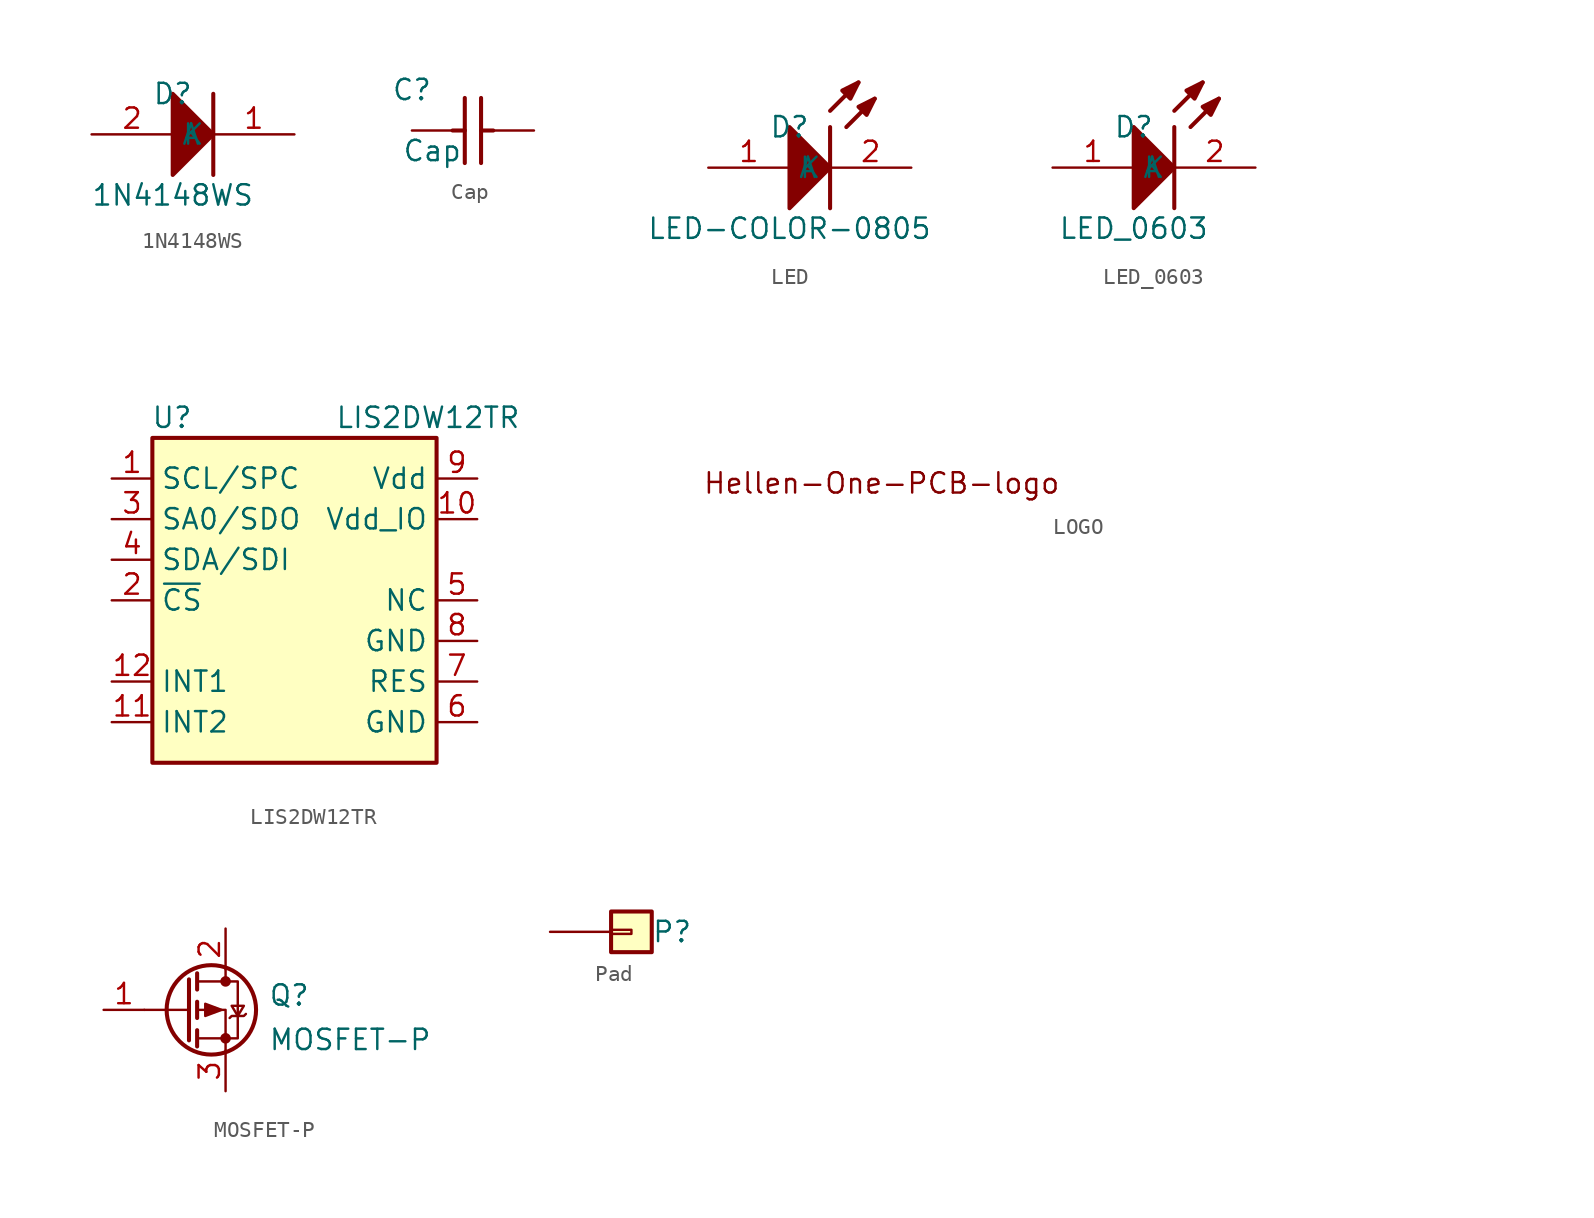
<source format=kicad_sym>
(kicad_symbol_lib
  (version 20231120)
  (generator "kicad_symbol_editor")
  (generator_version "8.0")
  (symbol "1N4148WS"
    (property "Reference" "D"
      (at 0 2.54 0)
      (effects (font (size 1.27 1.27))))
    (property "Value" "1N4148WS"
      (at 0 -3.81 0)
      (effects (font (size 1.27 1.27))))
    (symbol "1N4148WS_1_0"
      (polyline (pts (xy 2.54 2.54) (xy 2.54 -2.54)) (stroke (width 0.254) (type default)) (fill (type none)))
      (polyline (pts (xy 0 -2.54) (xy 2.54 0) (xy 0 2.54) (xy 0 -2.54)) (stroke (width 0.254) (type default)) (fill (type outline)))
      (pin passive line (at 7.62 0 180) (length 5.08) (name "K" (effects (font (size 1.27 1.27)))) (number "1" (effects (font (size 1.27 1.27)))))
      (pin passive line (at -5.08 0 0) (length 5.08) (name "A" (effects (font (size 1.27 1.27)))) (number "2" (effects (font (size 1.27 1.27)))))))
  (symbol "Cap"
    (pin_numbers hide)
    (property "Reference" "C"
      (at -3.81 2.54 0)
      (effects (font (size 1.27 1.27))))
    (property "Value" "Cap"
      (at -2.54 -1.27 0)
      (effects (font (size 1.27 1.27))))
    (symbol "Cap_1_0"
      (polyline (pts (xy -1.27 0) (xy -0.508 0)) (stroke (width 0.254) (type default)) (fill (type none)))
      (polyline (pts (xy -0.508 -2.032) (xy -0.508 2.032)) (stroke (width 0.254) (type default)) (fill (type none)))
      (polyline (pts (xy 0.508 2.032) (xy 0.508 -2.032)) (stroke (width 0.254) (type default)) (fill (type none)))
      (polyline (pts (xy 1.27 0) (xy 0.508 0)) (stroke (width 0.254) (type default)) (fill (type none)))
      (pin passive line (at -3.81 0 0) (length 2.54) (name "" (effects (font (size 1.27 1.27)))) (number "1" (effects (font (size 1.27 1.27)))))
      (pin passive line (at 3.81 0 180) (length 2.54) (name "" (effects (font (size 1.27 1.27)))) (number "2" (effects (font (size 1.27 1.27)))))))
  (symbol "LED"
    (property "Reference" "D"
      (at 0 2.54 0)
      (effects (font (size 1.27 1.27))))
    (property "Value" "LED-COLOR-0805"
      (at 0 -3.81 0)
      (effects (font (size 1.27 1.27))))
    (symbol "LED_1_0"
      (polyline (pts (xy 2.54 2.54) (xy 2.54 -2.54)) (stroke (width 0.254) (type default)) (fill (type none)))
      (polyline (pts (xy 2.54 3.556) (xy 4.318 5.334)) (stroke (width 0.254) (type default)) (fill (type none)))
      (polyline (pts (xy 3.556 2.54) (xy 5.334 4.318)) (stroke (width 0.254) (type default)) (fill (type none)))
      (polyline (pts (xy 0 -2.54) (xy 2.54 0) (xy 0 2.54) (xy 0 -2.54)) (stroke (width 0.254) (type default)) (fill (type outline)))
      (polyline (pts (xy 4.318 5.334) (xy 3.302 4.826) (xy 3.81 4.318) (xy 4.318 5.334)) (stroke (width 0.254) (type default)) (fill (type outline)))
      (polyline (pts (xy 5.334 4.318) (xy 4.318 3.81) (xy 4.826 3.302) (xy 5.334 4.318)) (stroke (width 0.254) (type default)) (fill (type outline)))
      (pin passive line (at -5.08 0 0) (length 5.08) (name "A" (effects (font (size 1.27 1.27)))) (number "1" (effects (font (size 1.27 1.27)))))
      (pin passive line (at 7.62 0 180) (length 5.08) (name "K" (effects (font (size 1.27 1.27)))) (number "2" (effects (font (size 1.27 1.27)))))))
  (symbol "LED_0603"
    (property "Reference" "D"
      (at 0 2.54 0)
      (effects (font (size 1.27 1.27))))
    (property "Value" "LED_0603"
      (at 0 -3.81 0)
      (effects (font (size 1.27 1.27))))
    (symbol "LED_0603_1_0"
      (polyline (pts (xy 2.54 2.54) (xy 2.54 -2.54)) (stroke (width 0.254) (type default)) (fill (type none)))
      (polyline (pts (xy 2.54 3.556) (xy 4.318 5.334)) (stroke (width 0.254) (type default)) (fill (type none)))
      (polyline (pts (xy 3.556 2.54) (xy 5.334 4.318)) (stroke (width 0.254) (type default)) (fill (type none)))
      (polyline (pts (xy 0 -2.54) (xy 2.54 0) (xy 0 2.54) (xy 0 -2.54)) (stroke (width 0.254) (type default)) (fill (type outline)))
      (polyline (pts (xy 4.318 5.334) (xy 3.302 4.826) (xy 3.81 4.318) (xy 4.318 5.334)) (stroke (width 0.254) (type default)) (fill (type outline)))
      (polyline (pts (xy 5.334 4.318) (xy 4.318 3.81) (xy 4.826 3.302) (xy 5.334 4.318)) (stroke (width 0.254) (type default)) (fill (type outline)))
      (pin passive line (at -5.08 0 0) (length 5.08) (name "A" (effects (font (size 1.27 1.27)))) (number "1" (effects (font (size 1.27 1.27)))))
      (pin passive line (at 7.62 0 180) (length 5.08) (name "K" (effects (font (size 1.27 1.27)))) (number "2" (effects (font (size 1.27 1.27)))))))
  (symbol "LIS2DW12TR"
    (property "Reference" "U"
      (at -5.08 11.43 0)
      (effects (font (size 1.27 1.27)) (justify right)))
    (property "Value" "LIS2DW12TR"
      (at 3.81 11.43 0)
      (effects (font (size 1.27 1.27)) (justify left)))
    (symbol "LIS2DW12TR_0_1"
      (rectangle (start -7.62 10.16) (end 10.16 -10.16) (stroke (width 0.254) (type default)) (fill (type background))))
    (symbol "LIS2DW12TR_1_1"
      (pin input line (at -10.16 7.62 0) (length 2.54) (name "SCL/SPC" (effects (font (size 1.27 1.27)))) (number "1" (effects (font (size 1.27 1.27)))))
      (pin power_in line (at 12.7 5.08 180) (length 2.54) (name "Vdd_IO" (effects (font (size 1.27 1.27)))) (number "10" (effects (font (size 1.27 1.27)))))
      (pin output line (at -10.16 -7.62 0) (length 2.54) (name "INT2" (effects (font (size 1.27 1.27)))) (number "11" (effects (font (size 1.27 1.27)))))
      (pin output line (at -10.16 -5.08 0) (length 2.54) (name "INT1" (effects (font (size 1.27 1.27)))) (number "12" (effects (font (size 1.27 1.27)))))
      (pin input line (at -10.16 0 0) (length 2.54) (name "~{CS}" (effects (font (size 1.27 1.27)))) (number "2" (effects (font (size 1.27 1.27)))))
      (pin bidirectional line (at -10.16 5.08 0) (length 2.54) (name "SA0/SDO" (effects (font (size 1.27 1.27)))) (number "3" (effects (font (size 1.27 1.27)))))
      (pin bidirectional line (at -10.16 2.54 0) (length 2.54) (name "SDA/SDI" (effects (font (size 1.27 1.27)))) (number "4" (effects (font (size 1.27 1.27)))))
      (pin passive line (at 12.7 0 180) (length 2.54) (name "NC" (effects (font (size 1.27 1.27)))) (number "5" (effects (font (size 1.27 1.27)))))
      (pin power_in line (at 12.7 -7.62 180) (length 2.54) (name "GND" (effects (font (size 1.27 1.27)))) (number "6" (effects (font (size 1.27 1.27)))))
      (pin power_in line (at 12.7 -5.08 180) (length 2.54) (name "RES" (effects (font (size 1.27 1.27)))) (number "7" (effects (font (size 1.27 1.27)))))
      (pin power_in line (at 12.7 -2.54 180) (length 2.54) (name "GND" (effects (font (size 1.27 1.27)))) (number "8" (effects (font (size 1.27 1.27)))))
      (pin power_in line (at 12.7 7.62 180) (length 2.54) (name "Vdd" (effects (font (size 1.27 1.27)))) (number "9" (effects (font (size 1.27 1.27)))))))
  (symbol "LOGO"
    (pin_names
      (offset 1.016))
    (property "Reference" "G"
      (at 0 -2.616 0)
      (effects (font (size 1.524 1.524)) (hide yes)))
    (symbol "LOGO_0_0"
      (text "" (at 35.56 6.35 0) (effects (font (size 1.27 1.27))))
      (text "Hellen-One-PCB-logo" (at 0 0 0) (effects (font (size 1.27 1.27))))))
  (symbol "MOSFET-P"
    (pin_names hide)
    (property "Reference" "Q"
      (at 5.207 0.908 0)
      (effects (font (size 1.27 1.27)) (justify left)))
    (property "Value" "MOSFET-P"
      (at 5.207 -1.867 0)
      (effects (font (size 1.27 1.27)) (justify left)))
    (symbol "MOSFET-P_0_1"
      (polyline (pts (xy 0.254 0) (xy -2.54 0)) (stroke (width 0) (type default)) (fill (type none)))
      (polyline (pts (xy 0.254 1.905) (xy 0.254 -1.905)) (stroke (width 0.254) (type default)) (fill (type none)))
      (polyline (pts (xy 0.762 -1.27) (xy 0.762 -2.286)) (stroke (width 0.254) (type default)) (fill (type none)))
      (polyline (pts (xy 0.762 0.508) (xy 0.762 -0.508)) (stroke (width 0.254) (type default)) (fill (type none)))
      (polyline (pts (xy 0.762 2.286) (xy 0.762 1.27)) (stroke (width 0.254) (type default)) (fill (type none)))
      (polyline (pts (xy 2.54 2.54) (xy 2.54 1.778)) (stroke (width 0) (type default)) (fill (type none)))
      (polyline (pts (xy 2.54 -2.54) (xy 2.54 0) (xy 0.762 0)) (stroke (width 0) (type default)) (fill (type none)))
      (polyline (pts (xy 0.762 1.778) (xy 3.302 1.778) (xy 3.302 -1.778) (xy 0.762 -1.778)) (stroke (width 0) (type default)) (fill (type none)))
      (polyline (pts (xy 2.286 0) (xy 1.27 0.381) (xy 1.27 -0.381) (xy 2.286 0)) (stroke (width 0) (type default)) (fill (type outline)))
      (polyline (pts (xy 2.794 -0.508) (xy 2.921 -0.381) (xy 3.683 -0.381) (xy 3.81 -0.254)) (stroke (width 0) (type default)) (fill (type none)))
      (polyline (pts (xy 3.302 -0.381) (xy 2.921 0.254) (xy 3.683 0.254) (xy 3.302 -0.381)) (stroke (width 0) (type default)) (fill (type none)))
      (circle (center 1.651 0) (radius 2.794) (stroke (width 0.254) (type default)) (fill (type none)))
      (circle (center 2.54 -1.778) (radius 0.254) (stroke (width 0) (type default)) (fill (type outline)))
      (circle (center 2.54 1.778) (radius 0.254) (stroke (width 0) (type default)) (fill (type outline))))
    (symbol "MOSFET-P_1_1"
      (pin input line (at -5.08 0 0) (length 2.54) (name "G" (effects (font (size 1.27 1.27)))) (number "1" (effects (font (size 1.27 1.27)))))
      (pin passive line (at 2.54 5.08 270) (length 2.54) (name "D" (effects (font (size 1.27 1.27)))) (number "2" (effects (font (size 1.27 1.27)))))
      (pin passive line (at 2.54 -5.08 90) (length 2.54) (name "S" (effects (font (size 1.27 1.27)))) (number "3" (effects (font (size 1.27 1.27)))))))
  (symbol "Pad"
    (pin_numbers hide)
    (pin_names
      (offset 1.016) hide)
    (property "Reference" "P"
      (at 2.54 0 0)
      (effects (font (size 1.27 1.27))))
    (symbol "Pad_1_1"
      (rectangle (start -1.27 0.127) (end 0 -0.127) (stroke (width 0.152) (type default)) (fill (type none)))
      (rectangle (start -1.27 1.27) (end 1.27 -1.27) (stroke (width 0.254) (type default)) (fill (type background)))
      (pin passive line (at -5.08 0 0) (length 3.81) (name "Pin_1" (effects (font (size 1.27 1.27)))) (number "1" (effects (font (size 1.27 1.27))))))))
</source>
